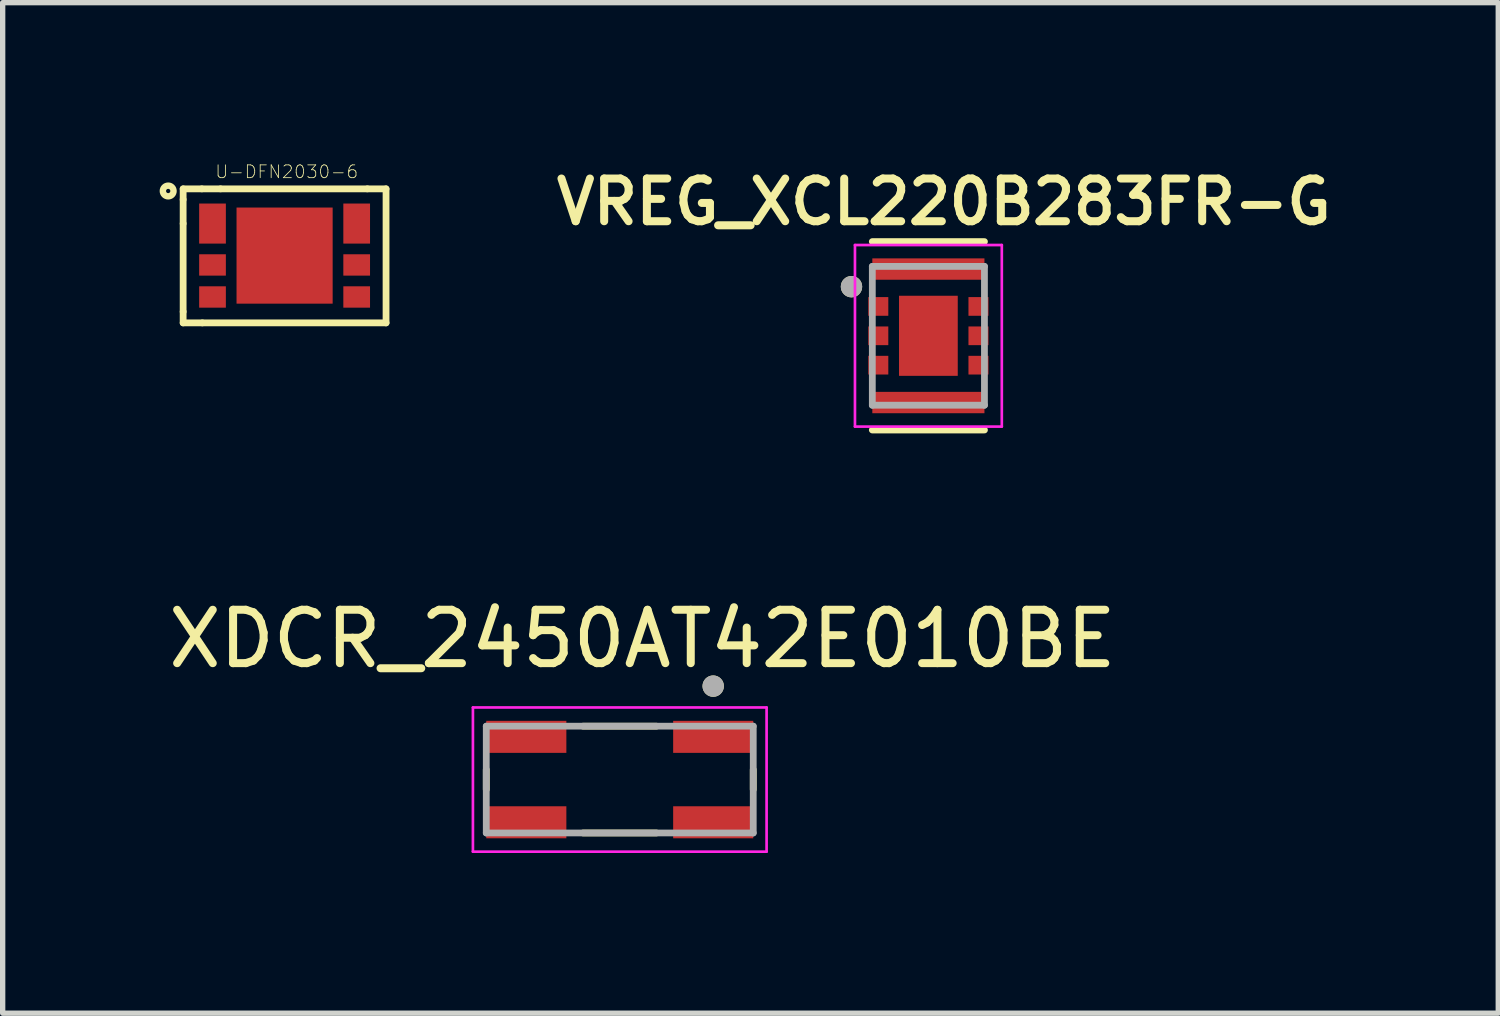
<source format=kicad_pcb>
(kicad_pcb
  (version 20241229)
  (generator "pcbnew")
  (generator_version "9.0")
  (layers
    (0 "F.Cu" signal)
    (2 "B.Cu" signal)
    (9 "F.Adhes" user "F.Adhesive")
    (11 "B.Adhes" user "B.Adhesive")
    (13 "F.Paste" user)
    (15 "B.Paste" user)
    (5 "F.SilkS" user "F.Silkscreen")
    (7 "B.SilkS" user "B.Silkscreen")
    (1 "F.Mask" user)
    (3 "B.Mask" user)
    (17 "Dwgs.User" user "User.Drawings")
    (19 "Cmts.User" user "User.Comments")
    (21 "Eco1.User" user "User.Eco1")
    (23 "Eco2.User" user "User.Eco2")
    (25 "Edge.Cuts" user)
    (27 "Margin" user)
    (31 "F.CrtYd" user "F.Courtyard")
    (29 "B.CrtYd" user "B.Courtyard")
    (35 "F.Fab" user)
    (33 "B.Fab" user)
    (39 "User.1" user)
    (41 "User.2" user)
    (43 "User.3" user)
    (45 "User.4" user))
  (footprint "XDCR_2450AT42E010BE"
    (layer "F.Cu")
    (at 8.557 11.55)
    (property "Reference" "XDCR_2450AT42E010BE" (at 0.425 -2.635 0) (layer "F.SilkS") (effects (font (size 1 1) (thickness 0.15))))
    (attr through_hole)
    (fp_line (start -2.5 -0.186) (end -2.5 0.186) (stroke (width 0.127) (type solid)) (layer "F.SilkS"))
    (fp_line (start -0.686 -1) (end 0.686 -1) (stroke (width 0.127) (type solid)) (layer "F.SilkS"))
    (fp_line (start -0.686 1) (end 0.686 1) (stroke (width 0.127) (type solid)) (layer "F.SilkS"))
    (fp_line (start 2.5 -0.186) (end 2.5 0.186) (stroke (width 0.127) (type solid)) (layer "F.SilkS"))
    (fp_circle (center 1.75 -1.75) (end 1.85 -1.75) (stroke (width 0.2) (type solid)) (fill no) (layer "F.SilkS"))
    (fp_line (start -2.75 -1.35) (end 2.75 -1.35) (stroke (width 0.05) (type solid)) (layer "F.CrtYd"))
    (fp_line (start -2.75 1.35) (end -2.75 -1.35) (stroke (width 0.05) (type solid)) (layer "F.CrtYd"))
    (fp_line (start 2.75 -1.35) (end 2.75 1.35) (stroke (width 0.05) (type solid)) (layer "F.CrtYd"))
    (fp_line (start 2.75 1.35) (end -2.75 1.35) (stroke (width 0.05) (type solid)) (layer "F.CrtYd"))
    (fp_line (start -2.5 -1) (end 2.5 -1) (stroke (width 0.127) (type solid)) (layer "F.Fab"))
    (fp_line (start -2.5 1) (end -2.5 -1) (stroke (width 0.127) (type solid)) (layer "F.Fab"))
    (fp_line (start 2.5 -1) (end 2.5 1) (stroke (width 0.127) (type solid)) (layer "F.Fab"))
    (fp_line (start 2.5 1) (end -2.5 1) (stroke (width 0.127) (type solid)) (layer "F.Fab"))
    (fp_circle (center 1.75 -1.75) (end 1.85 -1.75) (stroke (width 0.2) (type solid)) (fill no) (layer "F.Fab"))
    (pad "1" smd rect (at 1.75 -0.8) (size 1.5 0.6) (layers "F.Cu" "F.Mask" "F.Paste"))
    (pad "2" smd rect (at -1.75 -0.8) (size 1.5 0.6) (layers "F.Cu" "F.Mask" "F.Paste"))
    (pad "3" smd rect (at -1.75 0.8) (size 1.5 0.6) (layers "F.Cu" "F.Mask" "F.Paste"))
    (pad "4" smd rect (at 1.75 0.8) (size 1.5 0.6) (layers "F.Cu" "F.Mask" "F.Paste")))
  (footprint "U-DFN2030-6"
    (layer "F.Cu")
    (at 2.28 1.737)
    (property "Reference" "U-DFN2030-6" (at 0.04 -1.57 0) (layer "F.SilkS") (effects (font (size 0.24 0.24) (thickness 0.015))))
    (attr through_hole)
    (fp_poly (pts (xy -1.65 -1) (xy -1.05 -1) (xy -1.05 -0.2) (xy -1.65 -0.2)) (stroke (width 0.01) (type solid)) (fill yes) (layer "F.Mask"))
    (fp_poly (pts (xy -1.65 -0.05) (xy -1.05 -0.05) (xy -1.05 0.4) (xy -1.65 0.4)) (stroke (width 0.01) (type solid)) (fill yes) (layer "F.Mask"))
    (fp_poly (pts (xy -1.65 0.55) (xy -1.05 0.55) (xy -1.05 1) (xy -1.65 1)) (stroke (width 0.01) (type solid)) (fill yes) (layer "F.Mask"))
    (fp_poly (pts (xy -0.95 -0.95) (xy 0.95 -0.95) (xy 0.95 0.95) (xy -0.95 0.95)) (stroke (width 0.01) (type solid)) (fill yes) (layer "F.Mask"))
    (fp_poly (pts (xy 1.05 -1) (xy 1.65 -1) (xy 1.65 -0.2) (xy 1.05 -0.2)) (stroke (width 0.01) (type solid)) (fill yes) (layer "F.Mask"))
    (fp_poly (pts (xy 1.05 -0.05) (xy 1.65 -0.05) (xy 1.65 0.4) (xy 1.05 0.4)) (stroke (width 0.01) (type solid)) (fill yes) (layer "F.Mask"))
    (fp_poly (pts (xy 1.05 0.55) (xy 1.65 0.55) (xy 1.65 1) (xy 1.05 1)) (stroke (width 0.01) (type solid)) (fill yes) (layer "F.Mask"))
    (fp_line (start -1.9 -1.25) (end -1.55 -1.25) (stroke (width 0.127) (type solid)) (layer "F.SilkS"))
    (fp_line (start -1.9 -1.05) (end -1.9 -1.25) (stroke (width 0.127) (type solid)) (layer "F.SilkS"))
    (fp_line (start -1.9 -0.6) (end -1.9 -1.05) (stroke (width 0.127) (type solid)) (layer "F.SilkS"))
    (fp_line (start -1.9 1.05) (end -1.9 -0.6) (stroke (width 0.127) (type solid)) (layer "F.SilkS"))
    (fp_line (start -1.9 1.05) (end -1.9 1.26) (stroke (width 0.127) (type solid)) (layer "F.SilkS"))
    (fp_line (start -1.9 1.26) (end -1.54 1.26) (stroke (width 0.127) (type solid)) (layer "F.SilkS"))
    (fp_line (start -1.55 -1.25) (end -1.2 -1.25) (stroke (width 0.127) (type solid)) (layer "F.SilkS"))
    (fp_line (start -1.54 1.26) (end 1.9 1.26) (stroke (width 0.127) (type solid)) (layer "F.SilkS"))
    (fp_line (start -1.2 -1.25) (end 1.55 -1.25) (stroke (width 0.127) (type solid)) (layer "F.SilkS"))
    (fp_line (start 1.9 -1.25) (end 1.55 -1.25) (stroke (width 0.127) (type solid)) (layer "F.SilkS"))
    (fp_line (start 1.9 1.26) (end 1.9 -1.25) (stroke (width 0.127) (type solid)) (layer "F.SilkS"))
    (fp_circle (center -2.18 -1.21) (end -2.14 -1.21) (stroke (width 0.12) (type solid)) (fill no) (layer "F.SilkS"))
    (fp_poly (pts (xy -0.9 -0.7) (xy -0.9 -0.71) (xy -0.899 -0.721) (xy -0.898 -0.731) (xy -0.896 -0.742) (xy -0.893 -0.752) (xy -0.89 -0.762) (xy -0.887 -0.772) (xy -0.883 -0.781) (xy -0.878 -0.791) (xy -0.873 -0.8) (xy -0.868 -0.809) (xy -0.862 -0.818) (xy -0.855 -0.826) (xy -0.849 -0.834) (xy -0.841 -0.841) (xy -0.834 -0.849) (xy -0.826 -0.855) (xy -0.818 -0.862) (xy -0.809 -0.868) (xy -0.8 -0.873) (xy -0.791 -0.878) (xy -0.781 -0.883) (xy -0.772 -0.887) (xy -0.762 -0.89) (xy -0.752 -0.893) (xy -0.742 -0.896) (xy -0.731 -0.898) (xy -0.721 -0.899) (xy -0.71 -0.9) (xy -0.7 -0.9) (xy 0.7 -0.9) (xy 0.71 -0.9) (xy 0.721 -0.899) (xy 0.731 -0.898) (xy 0.742 -0.896) (xy 0.752 -0.893) (xy 0.762 -0.89) (xy 0.772 -0.887) (xy 0.781 -0.883) (xy 0.791 -0.878) (xy 0.8 -0.873) (xy 0.809 -0.868) (xy 0.818 -0.862) (xy 0.826 -0.855) (xy 0.834 -0.849) (xy 0.841 -0.841) (xy 0.849 -0.834) (xy 0.855 -0.826) (xy 0.862 -0.818) (xy 0.868 -0.809) (xy 0.873 -0.8) (xy 0.878 -0.791) (xy 0.883 -0.781) (xy 0.887 -0.772) (xy 0.89 -0.762) (xy 0.893 -0.752) (xy 0.896 -0.742) (xy 0.898 -0.731) (xy 0.899 -0.721) (xy 0.9 -0.71) (xy 0.9 -0.7) (xy 0.9 -0.35) (xy 0.9 -0.34) (xy 0.899 -0.329) (xy 0.898 -0.319) (xy 0.896 -0.308) (xy 0.893 -0.298) (xy 0.89 -0.288) (xy 0.887 -0.278) (xy 0.883 -0.269) (xy 0.878 -0.259) (xy 0.873 -0.25) (xy 0.868 -0.241) (xy 0.862 -0.232) (xy 0.855 -0.224) (xy 0.849 -0.216) (xy 0.841 -0.209) (xy 0.834 -0.201) (xy 0.826 -0.195) (xy 0.818 -0.188) (xy 0.809 -0.182) (xy 0.8 -0.177) (xy 0.791 -0.172) (xy 0.781 -0.167) (xy 0.772 -0.163) (xy 0.762 -0.16) (xy 0.752 -0.157) (xy 0.742 -0.154) (xy 0.731 -0.152) (xy 0.721 -0.151) (xy 0.71 -0.15) (xy 0.7 -0.15) (xy -0.7 -0.15) (xy -0.71 -0.15) (xy -0.721 -0.151) (xy -0.731 -0.152) (xy -0.742 -0.154) (xy -0.752 -0.157) (xy -0.762 -0.16) (xy -0.772 -0.163) (xy -0.781 -0.167) (xy -0.791 -0.172) (xy -0.8 -0.177) (xy -0.809 -0.182) (xy -0.818 -0.188) (xy -0.826 -0.195) (xy -0.834 -0.201) (xy -0.841 -0.209) (xy -0.849 -0.216) (xy -0.855 -0.224) (xy -0.862 -0.232) (xy -0.868 -0.241) (xy -0.873 -0.25) (xy -0.878 -0.259) (xy -0.883 -0.269) (xy -0.887 -0.278) (xy -0.89 -0.288) (xy -0.893 -0.298) (xy -0.896 -0.308) (xy -0.898 -0.319) (xy -0.899 -0.329) (xy -0.9 -0.34) (xy -0.9 -0.35) (xy -0.9 -0.7)) (stroke (width 0) (type solid)) (fill yes) (layer "F.Paste"))
    (fp_poly (pts (xy -0.9 0.35) (xy -0.9 0.34) (xy -0.899 0.329) (xy -0.898 0.319) (xy -0.896 0.308) (xy -0.893 0.298) (xy -0.89 0.288) (xy -0.887 0.278) (xy -0.883 0.269) (xy -0.878 0.259) (xy -0.873 0.25) (xy -0.868 0.241) (xy -0.862 0.232) (xy -0.855 0.224) (xy -0.849 0.216) (xy -0.841 0.209) (xy -0.834 0.201) (xy -0.826 0.195) (xy -0.818 0.188) (xy -0.809 0.182) (xy -0.8 0.177) (xy -0.791 0.172) (xy -0.781 0.167) (xy -0.772 0.163) (xy -0.762 0.16) (xy -0.752 0.157) (xy -0.742 0.154) (xy -0.731 0.152) (xy -0.721 0.151) (xy -0.71 0.15) (xy -0.7 0.15) (xy 0.7 0.15) (xy 0.71 0.15) (xy 0.721 0.151) (xy 0.731 0.152) (xy 0.742 0.154) (xy 0.752 0.157) (xy 0.762 0.16) (xy 0.772 0.163) (xy 0.781 0.167) (xy 0.791 0.172) (xy 0.8 0.177) (xy 0.809 0.182) (xy 0.818 0.188) (xy 0.826 0.195) (xy 0.834 0.201) (xy 0.841 0.209) (xy 0.849 0.216) (xy 0.855 0.224) (xy 0.862 0.232) (xy 0.868 0.241) (xy 0.873 0.25) (xy 0.878 0.259) (xy 0.883 0.269) (xy 0.887 0.278) (xy 0.89 0.288) (xy 0.893 0.298) (xy 0.896 0.308) (xy 0.898 0.319) (xy 0.899 0.329) (xy 0.9 0.34) (xy 0.9 0.35) (xy 0.9 0.7) (xy 0.9 0.71) (xy 0.899 0.721) (xy 0.898 0.731) (xy 0.896 0.742) (xy 0.893 0.752) (xy 0.89 0.762) (xy 0.887 0.772) (xy 0.883 0.781) (xy 0.878 0.791) (xy 0.873 0.8) (xy 0.868 0.809) (xy 0.862 0.818) (xy 0.855 0.826) (xy 0.849 0.834) (xy 0.841 0.841) (xy 0.834 0.849) (xy 0.826 0.855) (xy 0.818 0.862) (xy 0.809 0.868) (xy 0.8 0.873) (xy 0.791 0.878) (xy 0.781 0.883) (xy 0.772 0.887) (xy 0.762 0.89) (xy 0.752 0.893) (xy 0.742 0.896) (xy 0.731 0.898) (xy 0.721 0.899) (xy 0.71 0.9) (xy 0.7 0.9) (xy -0.7 0.9) (xy -0.71 0.9) (xy -0.721 0.899) (xy -0.731 0.898) (xy -0.742 0.896) (xy -0.752 0.893) (xy -0.762 0.89) (xy -0.772 0.887) (xy -0.781 0.883) (xy -0.791 0.878) (xy -0.8 0.873) (xy -0.809 0.868) (xy -0.818 0.862) (xy -0.826 0.855) (xy -0.834 0.849) (xy -0.841 0.841) (xy -0.849 0.834) (xy -0.855 0.826) (xy -0.862 0.818) (xy -0.868 0.809) (xy -0.873 0.8) (xy -0.878 0.791) (xy -0.883 0.781) (xy -0.887 0.772) (xy -0.89 0.762) (xy -0.893 0.752) (xy -0.896 0.742) (xy -0.898 0.731) (xy -0.899 0.721) (xy -0.9 0.71) (xy -0.9 0.7) (xy -0.9 0.35)) (stroke (width 0) (type solid)) (fill yes) (layer "F.Paste"))
    (pad "EP" smd rect (at 0 0) (size 1.8 1.8) (layers "F.Cu"))
    (pad "P1" smd rect (at -1.35 -0.6) (size 0.5 0.75) (layers "F.Cu" "F.Paste"))
    (pad "P2" smd rect (at -1.35 0.175) (size 0.5 0.4) (layers "F.Cu" "F.Paste"))
    (pad "P3" smd rect (at -1.35 0.775) (size 0.5 0.4) (layers "F.Cu" "F.Paste"))
    (pad "P4" smd rect (at 1.35 0.775) (size 0.5 0.4) (layers "F.Cu" "F.Paste"))
    (pad "P5" smd rect (at 1.35 0.175) (size 0.5 0.4) (layers "F.Cu" "F.Paste"))
    (pad "P6" smd rect (at 1.35 -0.6) (size 0.5 0.75) (layers "F.Cu" "F.Paste")))
  (footprint "VREG_XCL220B283FR-G"
    (layer "F.Cu")
    (at 14.337 3.239)
    (property "Reference" "VREG_XCL220B283FR-G" (at 0.29 -2.508 0) (layer "F.SilkS") (effects (font (size 0.8 0.8) (thickness 0.15))))
    (attr through_hole)
    (fp_line (start 1.05 -1.764) (end -1.05 -1.764) (stroke (width 0.127) (type solid)) (layer "F.SilkS"))
    (fp_line (start 1.05 1.764) (end -1.05 1.764) (stroke (width 0.127) (type solid)) (layer "F.SilkS"))
    (fp_circle (center -1.44 -0.92) (end -1.34 -0.92) (stroke (width 0.2) (type solid)) (fill no) (layer "F.SilkS"))
    (fp_poly (pts (xy -1.1 -0.7) (xy -0.8 -0.7) (xy -0.8 -0.4) (xy -1.1 -0.4)) (stroke (width 0.01) (type solid)) (fill yes) (layer "F.Paste"))
    (fp_poly (pts (xy -1.1 -0.15) (xy -0.8 -0.15) (xy -0.8 0.15) (xy -1.1 0.15)) (stroke (width 0.01) (type solid)) (fill yes) (layer "F.Paste"))
    (fp_poly (pts (xy -1.1 0.4) (xy -0.8 0.4) (xy -0.8 0.7) (xy -1.1 0.7)) (stroke (width 0.01) (type solid)) (fill yes) (layer "F.Paste"))
    (fp_poly (pts (xy -1.025 -1.425) (xy 1.025 -1.425) (xy 1.025 -1.1) (xy -1.025 -1.1)) (stroke (width 0.01) (type solid)) (fill yes) (layer "F.Paste"))
    (fp_poly (pts (xy -1.025 1.1) (xy 1.025 1.1) (xy 1.025 1.425) (xy -1.025 1.425)) (stroke (width 0.01) (type solid)) (fill yes) (layer "F.Paste"))
    (fp_poly (pts (xy -0.45 -0.65) (xy 0.45 -0.65) (xy 0.45 -0.25) (xy -0.45 -0.25)) (stroke (width 0.01) (type solid)) (fill yes) (layer "F.Paste"))
    (fp_poly (pts (xy -0.45 0.25) (xy 0.45 0.25) (xy 0.45 0.65) (xy -0.45 0.65)) (stroke (width 0.01) (type solid)) (fill yes) (layer "F.Paste"))
    (fp_poly (pts (xy 0.8 -0.7) (xy 1.1 -0.7) (xy 1.1 -0.4) (xy 0.8 -0.4)) (stroke (width 0.01) (type solid)) (fill yes) (layer "F.Paste"))
    (fp_poly (pts (xy 0.8 -0.15) (xy 1.1 -0.15) (xy 1.1 0.15) (xy 0.8 0.15)) (stroke (width 0.01) (type solid)) (fill yes) (layer "F.Paste"))
    (fp_poly (pts (xy 0.8 0.4) (xy 1.1 0.4) (xy 1.1 0.7) (xy 0.8 0.7)) (stroke (width 0.01) (type solid)) (fill yes) (layer "F.Paste"))
    (fp_line (start -1.375 -1.7) (end -1.375 1.7) (stroke (width 0.05) (type solid)) (layer "F.CrtYd"))
    (fp_line (start -1.375 1.7) (end 1.375 1.7) (stroke (width 0.05) (type solid)) (layer "F.CrtYd"))
    (fp_line (start 1.375 -1.7) (end -1.375 -1.7) (stroke (width 0.05) (type solid)) (layer "F.CrtYd"))
    (fp_line (start 1.375 1.7) (end 1.375 -1.7) (stroke (width 0.05) (type solid)) (layer "F.CrtYd"))
    (fp_line (start -1.05 -1.3) (end -1.05 1.3) (stroke (width 0.127) (type solid)) (layer "F.Fab"))
    (fp_line (start -1.05 1.3) (end 1.05 1.3) (stroke (width 0.127) (type solid)) (layer "F.Fab"))
    (fp_line (start 1.05 -1.3) (end -1.05 -1.3) (stroke (width 0.127) (type solid)) (layer "F.Fab"))
    (fp_line (start 1.05 1.3) (end 1.05 -1.3) (stroke (width 0.127) (type solid)) (layer "F.Fab"))
    (fp_circle (center -1.44 -0.92) (end -1.34 -0.92) (stroke (width 0.2) (type solid)) (fill no) (layer "F.Fab"))
    (pad "1" smd rect (at -0.938 -0.55) (size 0.375 0.35) (layers "F.Cu" "F.Mask"))
    (pad "2" smd rect (at -0.938 0) (size 0.375 0.35) (layers "F.Cu" "F.Mask"))
    (pad "3" smd rect (at -0.938 0.55) (size 0.375 0.35) (layers "F.Cu" "F.Mask"))
    (pad "4" smd rect (at 0.938 0.55) (size 0.375 0.35) (layers "F.Cu" "F.Mask"))
    (pad "5" smd rect (at 0.938 0) (size 0.375 0.35) (layers "F.Cu" "F.Mask"))
    (pad "6" smd rect (at 0.938 -0.55) (size 0.375 0.35) (layers "F.Cu" "F.Mask"))
    (pad "7" smd rect (at 0 -1.25) (size 2.1 0.4) (layers "F.Cu" "F.Mask"))
    (pad "8" smd rect (at 0 1.25) (size 2.1 0.4) (layers "F.Cu" "F.Mask"))
    (pad "9" smd rect (at 0 0) (size 1.1 1.5) (layers "F.Cu" "F.Mask")))
  (gr_rect
    (start -3 -3)
    (end 25.01 15.925)
    (stroke (width 0.1) (type default))
    (fill no)
    (layer "Edge.Cuts")))
</source>
